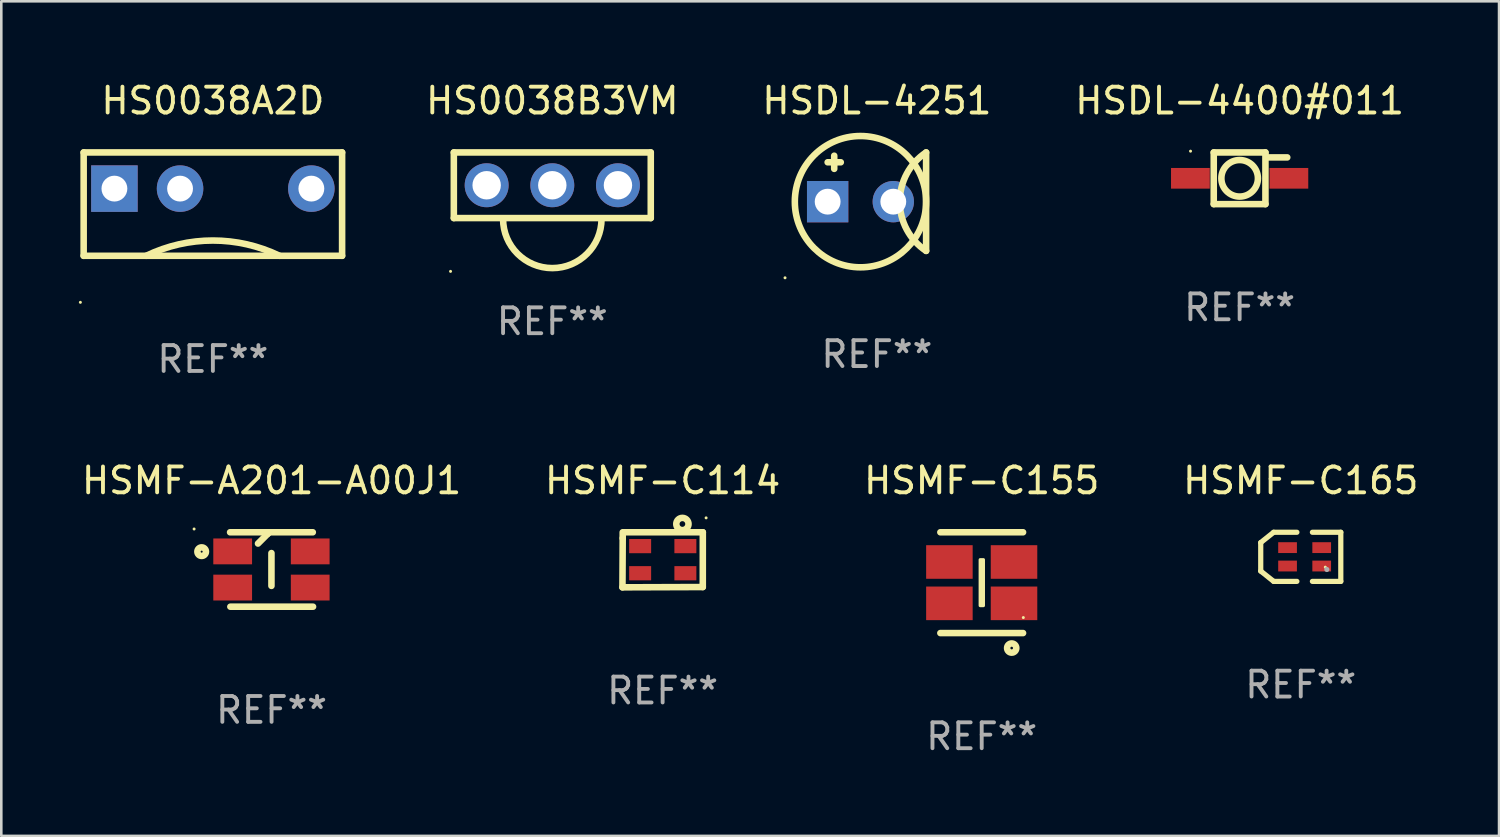
<source format=kicad_pcb>
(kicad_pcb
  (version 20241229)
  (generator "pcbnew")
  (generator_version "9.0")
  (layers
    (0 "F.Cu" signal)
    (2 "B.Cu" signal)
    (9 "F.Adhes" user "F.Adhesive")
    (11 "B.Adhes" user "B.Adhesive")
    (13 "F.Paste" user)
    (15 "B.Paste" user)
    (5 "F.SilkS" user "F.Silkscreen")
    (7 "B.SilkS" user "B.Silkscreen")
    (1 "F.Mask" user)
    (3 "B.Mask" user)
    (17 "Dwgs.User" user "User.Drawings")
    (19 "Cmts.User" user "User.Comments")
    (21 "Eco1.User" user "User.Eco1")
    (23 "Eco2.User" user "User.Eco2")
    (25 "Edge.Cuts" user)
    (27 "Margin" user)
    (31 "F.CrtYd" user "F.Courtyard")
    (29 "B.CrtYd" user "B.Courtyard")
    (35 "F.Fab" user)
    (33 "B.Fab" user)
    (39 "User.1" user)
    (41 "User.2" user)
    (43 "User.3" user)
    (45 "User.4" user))
  (footprint "HSDL-4251"
    (layer "F.Cu")
    (at 30.879 4.753)
    (property "Reference" "HSDL-4251" (at 0 -3.905 0) (layer "F.SilkS") (effects (font (size 1 1) (thickness 0.15))))
    (attr through_hole)
    (fp_line (start -1.905 -1.524) (end -1.397 -1.524) (stroke (width 0.254) (type solid)) (layer "F.SilkS"))
    (fp_line (start -1.651 -1.778) (end -1.651 -1.27) (stroke (width 0.254) (type solid)) (layer "F.SilkS"))
    (fp_line (start 1.905 1.905) (end 1.905 -1.905) (stroke (width 0.254) (type solid)) (layer "F.SilkS"))
    (fp_arc (start 1.904999 1.905) (mid 0.885477 0) (end 1.904999 -1.905) (stroke (width 0.254001) (type solid)) (layer "F.SilkS"))
    (fp_circle (center -3.554 2.946) (end -3.524 2.946) (stroke (width 0.06) (type solid)) (fill no) (layer "F.SilkS"))
    (fp_circle (center -0.635 0) (end 1.905 0) (stroke (width 0.254) (type solid)) (fill no) (layer "F.SilkS"))
    (fp_text user "REF**" (at 0 5.905 0) (layer "F.Fab") (effects (font (size 1 1) (thickness 0.15))))
    (pad "1" thru_hole rect (at -1.905 0) (size 1.6 1.6) (drill 1) (layers "*.Cu" "*.Mask"))
    (pad "2" thru_hole circle (at 0.635 0) (size 1.6 1.6) (drill 1) (layers "*.Cu" "*.Mask")))
  (footprint "HSDL-4400#011"
    (layer "F.Cu")
    (at 44.915 3.848)
    (property "Reference" "HSDL-4400#011" (at 0 -3 0) (layer "F.SilkS") (effects (font (size 1 1) (thickness 0.15))))
    (attr through_hole)
    (fp_line (start -1.002 -1) (end 0.998 -1) (stroke (width 0.254) (type solid)) (layer "F.SilkS"))
    (fp_line (start -1.002 1) (end -1.002 -1) (stroke (width 0.254) (type solid)) (layer "F.SilkS"))
    (fp_line (start 0.998 -1) (end 0.998 1) (stroke (width 0.254) (type solid)) (layer "F.SilkS"))
    (fp_line (start 0.998 1) (end -1.002 1) (stroke (width 0.254) (type solid)) (layer "F.SilkS"))
    (fp_line (start 1.08 -0.808) (end 1.842 -0.808) (stroke (width 0.254) (type solid)) (layer "F.SilkS"))
    (fp_circle (center -1.9 -1.049) (end -1.87 -1.049) (stroke (width 0.06) (type solid)) (fill no) (layer "F.SilkS"))
    (fp_circle (center 0 0.001) (end 0.707 0.001) (stroke (width 0.254) (type solid)) (fill no) (layer "F.SilkS"))
    (fp_text user "REF**" (at 0 5 0) (layer "F.Fab") (effects (font (size 1 1) (thickness 0.15))))
    (pad "1" smd rect (at -1.905 0.001 90) (size 0.8 1.5) (layers "F.Cu" "F.Mask" "F.Paste"))
    (pad "2" smd rect (at 1.905 0.001 90) (size 0.8 1.5) (layers "F.Cu" "F.Mask" "F.Paste")))
  (footprint "HS0038A2D"
    (layer "F.Cu")
    (at 5.187 4.848)
    (property "Reference" "HS0038A2D" (at 0 -4 0) (layer "F.SilkS") (effects (font (size 1 1) (thickness 0.15))))
    (attr through_hole)
    (fp_line (start -5 -2) (end -5 2) (stroke (width 0.254) (type solid)) (layer "F.SilkS"))
    (fp_line (start -5 2) (end 5 2) (stroke (width 0.254) (type solid)) (layer "F.SilkS"))
    (fp_line (start 5 -2) (end -5 -2) (stroke (width 0.254) (type solid)) (layer "F.SilkS"))
    (fp_line (start 5 2) (end 5 -2) (stroke (width 0.254) (type solid)) (layer "F.SilkS"))
    (fp_arc (start -2.580696 2) (mid 0 1.408172) (end 2.580696 2) (stroke (width 0.254001) (type solid)) (layer "F.SilkS"))
    (fp_circle (center -5.127 3.8) (end -5.097 3.8) (stroke (width 0.06) (type solid)) (fill no) (layer "F.SilkS"))
    (fp_text user "REF**" (at 0 6 0) (layer "F.Fab") (effects (font (size 1 1) (thickness 0.15))))
    (pad "1" thru_hole rect (at -3.81 -0.6) (size 1.8 1.8) (drill 1) (layers "*.Cu" "*.Mask"))
    (pad "2" thru_hole circle (at -1.27 -0.6) (size 1.8 1.8) (drill 1) (layers "*.Cu" "*.Mask"))
    (pad "3" thru_hole circle (at 3.81 -0.6) (size 1.8 1.8) (drill 1) (layers "*.Cu" "*.Mask")))
  (footprint "HSMF-A201-A00J1"
    (layer "F.Cu")
    (at 7.458 18.985)
    (property "Reference" "HSMF-A201-A00J1" (at 0 -3.44 0) (layer "F.SilkS") (effects (font (size 1 1) (thickness 0.15))))
    (attr through_hole)
    (fp_line (start -1.605 -1.44) (end 1.595 -1.44) (stroke (width 0.254) (type solid)) (layer "F.SilkS"))
    (fp_line (start -0.146 -1.44) (end -0.146 -1.383) (stroke (width 0.254) (type solid)) (layer "F.SilkS"))
    (fp_line (start -0.146 -1.383) (end -0.525 -1.004) (stroke (width 0.254) (type solid)) (layer "F.SilkS"))
    (fp_line (start -0.005 -0.635) (end -0.005 0.635) (stroke (width 0.254) (type solid)) (layer "F.SilkS"))
    (fp_line (start 1.605 1.44) (end -1.595 1.44) (stroke (width 0.254) (type solid)) (layer "F.SilkS"))
    (fp_circle (center -2.998 -1.567) (end -2.968 -1.567) (stroke (width 0.06) (type solid)) (fill no) (layer "F.SilkS"))
    (fp_circle (center -2.705 -0.69) (end -2.539 -0.69) (stroke (width 0.254) (type solid)) (fill no) (layer "F.SilkS"))
    (fp_text user "REF**" (at 0 5.44 0) (layer "F.Fab") (effects (font (size 1 1) (thickness 0.15))))
    (pad "1" smd rect (at -1.505 -0.7 90) (size 1 1.5) (layers "F.Cu" "F.Mask" "F.Paste"))
    (pad "2" smd rect (at 1.495 -0.7 90) (size 1 1.5) (layers "F.Cu" "F.Mask" "F.Paste"))
    (pad "3" smd rect (at 1.495 0.7 90) (size 1 1.5) (layers "F.Cu" "F.Mask" "F.Paste"))
    (pad "4" smd rect (at -1.505 0.7 90) (size 1 1.5) (layers "F.Cu" "F.Mask" "F.Paste")))
  (footprint "HSMF-C114"
    (layer "F.Cu")
    (at 22.589 18.61)
    (property "Reference" "HSMF-C114" (at 0 -3.065 0) (layer "F.SilkS") (effects (font (size 1 1) (thickness 0.15))))
    (attr through_hole)
    (fp_line (start -1.555 1.065) (end 1.554 1.054) (stroke (width 0.254) (type solid)) (layer "F.SilkS"))
    (fp_line (start -1.545 -0.835) (end -1.555 1.065) (stroke (width 0.254) (type solid)) (layer "F.SilkS"))
    (fp_line (start -1.545 -0.835) (end -1.545 -1.065) (stroke (width 0.254) (type solid)) (layer "F.SilkS"))
    (fp_line (start 1.554 1.054) (end 1.555 -1.065) (stroke (width 0.254) (type solid)) (layer "F.SilkS"))
    (fp_line (start 1.555 -1.065) (end -1.495 -1.065) (stroke (width 0.254) (type solid)) (layer "F.SilkS"))
    (fp_circle (center 0.765 -1.385) (end 0.875 -1.385) (stroke (width 0.254) (type solid)) (fill no) (layer "F.SilkS"))
    (fp_circle (center 1.682 -1.622) (end 1.712 -1.622) (stroke (width 0.06) (type solid)) (fill no) (layer "F.SilkS"))
    (fp_text user "REF**" (at 0 5.065 0) (layer "F.Fab") (effects (font (size 1 1) (thickness 0.15))))
    (pad "1" smd rect (at 0.88 -0.53 180) (size 0.85 0.55) (layers "F.Cu" "F.Mask" "F.Paste"))
    (pad "2" smd rect (at 0.88 0.52 180) (size 0.85 0.55) (layers "F.Cu" "F.Mask" "F.Paste"))
    (pad "3" smd rect (at -0.87 0.52 180) (size 0.85 0.55) (layers "F.Cu" "F.Mask" "F.Paste"))
    (pad "4" smd rect (at -0.87 -0.53 180) (size 0.85 0.55) (layers "F.Cu" "F.Mask" "F.Paste")))
  (footprint "HSMF-C165"
    (layer "F.Cu")
    (at 47.28 18.495)
    (property "Reference" "HSMF-C165" (at 0 -2.95 0) (layer "F.SilkS") (effects (font (size 1 1) (thickness 0.15))))
    (attr through_hole)
    (fp_line (start -1.549 0.551) (end -1.549 -0.551) (stroke (width 0.201) (type solid)) (layer "F.SilkS"))
    (fp_line (start -1.049 -0.95) (end -1.549 -0.551) (stroke (width 0.201) (type solid)) (layer "F.SilkS"))
    (fp_line (start -1.049 0.95) (end -1.549 0.551) (stroke (width 0.201) (type solid)) (layer "F.SilkS"))
    (fp_line (start -0.15 -0.95) (end -1.049 -0.95) (stroke (width 0.201) (type solid)) (layer "F.SilkS"))
    (fp_line (start -0.15 0.95) (end -1.049 0.95) (stroke (width 0.201) (type solid)) (layer "F.SilkS"))
    (fp_line (start 0.45 0.95) (end 1.549 0.95) (stroke (width 0.201) (type solid)) (layer "F.SilkS"))
    (fp_line (start 1.549 -0.95) (end 0.45 -0.95) (stroke (width 0.201) (type solid)) (layer "F.SilkS"))
    (fp_line (start 1.549 0.95) (end 1.549 -0.95) (stroke (width 0.201) (type solid)) (layer "F.SilkS"))
    (fp_circle (center 0.95 0.4) (end 0.98 0.4) (stroke (width 0.06) (type solid)) (fill no) (layer "F.SilkS"))
    (fp_circle (center 1.01 0.49) (end 1.06 0.49) (stroke (width 0.1) (type solid)) (fill no) (layer "F.Fab"))
    (fp_text user "REF**" (at 0 4.95 0) (layer "F.Fab") (effects (font (size 1 1) (thickness 0.15))))
    (pad "1" smd rect (at 0.81 0.356 180) (size 0.724 0.419) (layers "F.Cu" "F.Mask" "F.Paste"))
    (pad "2" smd rect (at 0.81 -0.356 180) (size 0.724 0.419) (layers "F.Cu" "F.Mask" "F.Paste"))
    (pad "3" smd rect (at -0.511 0.356 180) (size 0.724 0.419) (layers "F.Cu" "F.Mask" "F.Paste"))
    (pad "4" smd rect (at -0.511 -0.356 180) (size 0.724 0.419) (layers "F.Cu" "F.Mask" "F.Paste")))
  (footprint "HS0038B3VM"
    (layer "F.Cu")
    (at 18.32 4.118)
    (property "Reference" "HS0038B3VM" (at 0 -3.27 0) (layer "F.SilkS") (effects (font (size 1 1) (thickness 0.15))))
    (attr through_hole)
    (fp_line (start -3.81 -1.27) (end 3.81 -1.27) (stroke (width 0.254) (type solid)) (layer "F.SilkS"))
    (fp_line (start -3.81 1.27) (end -3.81 -1.27) (stroke (width 0.254) (type solid)) (layer "F.SilkS"))
    (fp_line (start 3.81 -1.27) (end 3.81 1.27) (stroke (width 0.254) (type solid)) (layer "F.SilkS"))
    (fp_line (start 3.81 1.27) (end -3.81 1.27) (stroke (width 0.254) (type solid)) (layer "F.SilkS"))
    (fp_arc (start 1.905004 1.300483) (mid 0 3.205487) (end -1.905004 1.300483) (stroke (width 0.254001) (type solid)) (layer "F.SilkS"))
    (fp_circle (center -3.937 3.332) (end -3.907 3.332) (stroke (width 0.06) (type solid)) (fill no) (layer "F.SilkS"))
    (fp_text user "REF**" (at 0 5.27 0) (layer "F.Fab") (effects (font (size 1 1) (thickness 0.15))))
    (pad "1" thru_hole circle (at -2.54 0) (size 1.7 1.7) (drill 1.1) (layers "*.Cu" "*.Mask"))
    (pad "2" thru_hole circle (at 0 0) (size 1.7 1.7) (drill 1.1) (layers "*.Cu" "*.Mask"))
    (pad "3" thru_hole circle (at 2.54 0) (size 1.7 1.7) (drill 1.1) (layers "*.Cu" "*.Mask")))
  (footprint "HSMF-C155"
    (layer "F.Cu")
    (at 34.935 19.495)
    (property "Reference" "HSMF-C155" (at 0 -3.95 0) (layer "F.SilkS") (effects (font (size 1 1) (thickness 0.15))))
    (attr through_hole)
    (fp_line (start -1.6 -1.95) (end 1.6 -1.95) (stroke (width 0.254) (type solid)) (layer "F.SilkS"))
    (fp_line (start 1.6 1.95) (end -1.6 1.95) (stroke (width 0.254) (type solid)) (layer "F.SilkS"))
    (fp_circle (center 1.16 2.53) (end 1.338 2.53) (stroke (width 0.254) (type solid)) (fill no) (layer "F.SilkS"))
    (fp_circle (center 1.61 1.35) (end 1.64 1.35) (stroke (width 0.06) (type solid)) (fill no) (layer "F.SilkS"))
    (fp_poly (pts (xy -0.06 -0.89) (xy 0.067 -0.89) (xy 0.067 0.888) (xy -0.06 0.888)) (stroke (width 0.12) (type solid)) (fill yes) (layer "F.SilkS"))
    (fp_text user "REF**" (at 0 5.95 0) (layer "F.Fab") (effects (font (size 1 1) (thickness 0.15))))
    (pad "1" smd rect (at 1.25 0.8 270) (size 1.3 1.8) (layers "F.Cu" "F.Mask" "F.Paste"))
    (pad "2" smd rect (at -1.25 0.8 270) (size 1.3 1.8) (layers "F.Cu" "F.Mask" "F.Paste"))
    (pad "3" smd rect (at 1.25 -0.8 270) (size 1.3 1.8) (layers "F.Cu" "F.Mask" "F.Paste"))
    (pad "4" smd rect (at -1.25 -0.8 270) (size 1.3 1.8) (layers "F.Cu" "F.Mask" "F.Paste")))
  (gr_rect
    (start -3 -3)
    (end 54.952 29.293)
    (stroke (width 0.1) (type default))
    (fill no)
    (layer "Edge.Cuts")))
</source>
